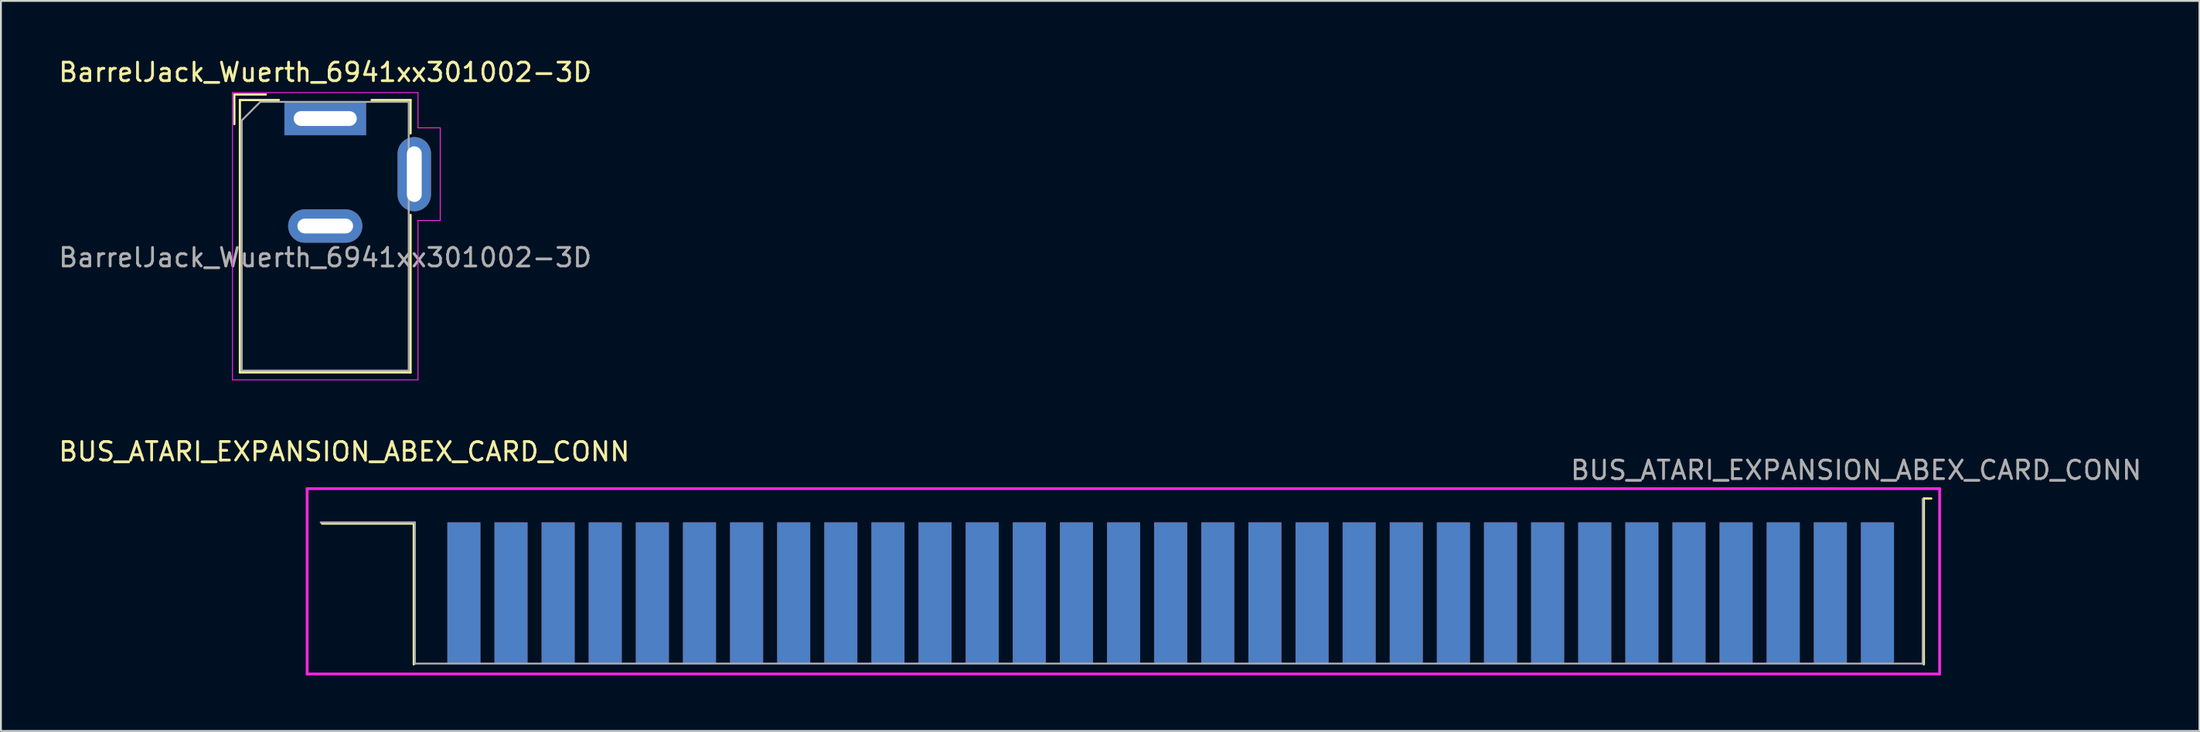
<source format=kicad_pcb>
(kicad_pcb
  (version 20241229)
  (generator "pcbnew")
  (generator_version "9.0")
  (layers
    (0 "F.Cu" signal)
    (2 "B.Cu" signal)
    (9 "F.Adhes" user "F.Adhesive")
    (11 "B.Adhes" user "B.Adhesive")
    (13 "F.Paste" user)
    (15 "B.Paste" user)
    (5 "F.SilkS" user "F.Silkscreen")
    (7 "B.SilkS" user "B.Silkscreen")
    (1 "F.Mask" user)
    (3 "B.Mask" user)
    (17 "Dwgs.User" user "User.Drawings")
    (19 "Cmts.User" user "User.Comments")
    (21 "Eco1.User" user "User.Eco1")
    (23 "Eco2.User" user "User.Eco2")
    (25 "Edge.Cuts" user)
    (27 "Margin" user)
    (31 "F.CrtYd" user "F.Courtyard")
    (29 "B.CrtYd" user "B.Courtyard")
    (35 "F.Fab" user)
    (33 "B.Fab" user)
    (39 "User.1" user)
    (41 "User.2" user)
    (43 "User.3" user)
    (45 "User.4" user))
  (footprint "BUS_ATARI_EXPANSION_ABEX_CARD_CONN"
    (layer "F.Cu")
    (at 58.506 31.322)
    (property "Reference" "BUS_ATARI_EXPANSION_ABEX_CARD_CONN" (at -43 -10 0) (layer "F.SilkS") (effects (font (size 1 1) (thickness 0.15))))
    (attr exclude_from_pos_files exclude_from_bom)
    (fp_line (start -44.2 -6.12) (end -39.25 -6.12) (stroke (width 0.12) (type solid)) (layer "F.SilkS"))
    (fp_line (start -39.25 -6.12) (end -39.25 1.48) (stroke (width 0.12) (type solid)) (layer "F.SilkS"))
    (fp_line (start 42.15 -7.47) (end 42.55 -7.47) (stroke (width 0.12) (type solid)) (layer "F.SilkS"))
    (fp_line (start 42.15 1.48) (end 42.15 -7.47) (stroke (width 0.12) (type solid)) (layer "F.SilkS"))
    (fp_line (start -45 -8) (end -45 2) (stroke (width 0.15) (type solid)) (layer "F.CrtYd"))
    (fp_line (start -45 2) (end 43 2) (stroke (width 0.15) (type solid)) (layer "F.CrtYd"))
    (fp_line (start 43 -8) (end -45 -8) (stroke (width 0.15) (type solid)) (layer "F.CrtYd"))
    (fp_line (start 43 2) (end 43 -8) (stroke (width 0.15) (type solid)) (layer "F.CrtYd"))
    (fp_line (start -39.19 -6.18) (end -44.27 -6.18) (stroke (width 0.1) (type solid)) (layer "F.Fab"))
    (fp_line (start -39.19 1.44) (end -39.19 -6.18) (stroke (width 0.1) (type solid)) (layer "F.Fab"))
    (fp_line (start 42.09 -7.45) (end 42.09 1.44) (stroke (width 0.1) (type solid)) (layer "F.Fab"))
    (fp_line (start 42.09 1.44) (end -39.19 1.44) (stroke (width 0.1) (type solid)) (layer "F.Fab"))
    (fp_text user "${REFERENCE}" (at 38.5 -9 0) (layer "F.Fab") (effects (font (size 1 1) (thickness 0.15))))
    (pad "1" connect rect (at -36.55 -2.37 180) (size 1.78 7.62) (layers "F.Cu" "F.Mask"))
    (pad "2" connect rect (at -34.01 -2.37 180) (size 1.78 7.62) (layers "F.Cu" "F.Mask"))
    (pad "3" connect rect (at -31.47 -2.37 180) (size 1.78 7.62) (layers "F.Cu" "F.Mask"))
    (pad "4" connect rect (at -28.93 -2.37 180) (size 1.78 7.62) (layers "F.Cu" "F.Mask"))
    (pad "5" connect rect (at -26.39 -2.37 180) (size 1.78 7.62) (layers "F.Cu" "F.Mask"))
    (pad "6" connect rect (at -23.85 -2.37 180) (size 1.78 7.62) (layers "F.Cu" "F.Mask"))
    (pad "7" connect rect (at -21.31 -2.37 180) (size 1.78 7.62) (layers "F.Cu" "F.Mask"))
    (pad "8" connect rect (at -18.77 -2.37 180) (size 1.78 7.62) (layers "F.Cu" "F.Mask"))
    (pad "9" connect rect (at -16.23 -2.37 180) (size 1.78 7.62) (layers "F.Cu" "F.Mask"))
    (pad "10" connect rect (at -13.69 -2.37 180) (size 1.78 7.62) (layers "F.Cu" "F.Mask"))
    (pad "11" connect rect (at -11.15 -2.37 180) (size 1.78 7.62) (layers "F.Cu" "F.Mask"))
    (pad "12" connect rect (at -8.61 -2.37 180) (size 1.78 7.62) (layers "F.Cu" "F.Mask"))
    (pad "13" connect rect (at -6.07 -2.37 180) (size 1.78 7.62) (layers "F.Cu" "F.Mask"))
    (pad "14" connect rect (at -3.53 -2.37 180) (size 1.78 7.62) (layers "F.Cu" "F.Mask"))
    (pad "15" connect rect (at -0.99 -2.37 180) (size 1.78 7.62) (layers "F.Cu" "F.Mask"))
    (pad "16" connect rect (at 1.55 -2.37 180) (size 1.78 7.62) (layers "F.Cu" "F.Mask"))
    (pad "17" connect rect (at 4.09 -2.37 180) (size 1.78 7.62) (layers "F.Cu" "F.Mask"))
    (pad "18" connect rect (at 6.63 -2.37 180) (size 1.78 7.62) (layers "F.Cu" "F.Mask"))
    (pad "19" connect rect (at 9.17 -2.37 180) (size 1.78 7.62) (layers "F.Cu" "F.Mask"))
    (pad "20" connect rect (at 11.71 -2.37 180) (size 1.78 7.62) (layers "F.Cu" "F.Mask"))
    (pad "21" connect rect (at 14.25 -2.37 180) (size 1.78 7.62) (layers "F.Cu" "F.Mask"))
    (pad "22" connect rect (at 16.79 -2.37 180) (size 1.78 7.62) (layers "F.Cu" "F.Mask"))
    (pad "23" connect rect (at 19.33 -2.37 180) (size 1.78 7.62) (layers "F.Cu" "F.Mask"))
    (pad "24" connect rect (at 21.87 -2.37 180) (size 1.78 7.62) (layers "F.Cu" "F.Mask"))
    (pad "25" connect rect (at 24.41 -2.37 180) (size 1.78 7.62) (layers "F.Cu" "F.Mask"))
    (pad "26" connect rect (at 26.95 -2.37 180) (size 1.78 7.62) (layers "F.Cu" "F.Mask"))
    (pad "27" connect rect (at 29.49 -2.37 180) (size 1.78 7.62) (layers "F.Cu" "F.Mask"))
    (pad "28" connect rect (at 32.03 -2.37 180) (size 1.78 7.62) (layers "F.Cu" "F.Mask"))
    (pad "29" connect rect (at 34.57 -2.37 180) (size 1.78 7.62) (layers "F.Cu" "F.Mask"))
    (pad "30" connect rect (at 37.11 -2.37 180) (size 1.78 7.62) (layers "F.Cu" "F.Mask"))
    (pad "31" connect rect (at 39.65 -2.37 180) (size 1.78 7.62) (layers "F.Cu" "F.Mask"))
    (pad "32" connect rect (at -36.55 -2.37 180) (size 1.78 7.62) (layers "B.Cu" "B.Mask"))
    (pad "33" connect rect (at -34.01 -2.37 180) (size 1.78 7.62) (layers "B.Cu" "B.Mask"))
    (pad "34" connect rect (at -31.47 -2.37 180) (size 1.78 7.62) (layers "B.Cu" "B.Mask"))
    (pad "35" connect rect (at -28.93 -2.37 180) (size 1.78 7.62) (layers "B.Cu" "B.Mask"))
    (pad "36" connect rect (at -26.39 -2.37 180) (size 1.78 7.62) (layers "B.Cu" "B.Mask"))
    (pad "37" connect rect (at -23.85 -2.37 180) (size 1.78 7.62) (layers "B.Cu" "B.Mask"))
    (pad "38" connect rect (at -21.31 -2.37 180) (size 1.78 7.62) (layers "B.Cu" "B.Mask"))
    (pad "39" connect rect (at -18.77 -2.37 180) (size 1.78 7.62) (layers "B.Cu" "B.Mask"))
    (pad "40" connect rect (at -16.23 -2.37 180) (size 1.78 7.62) (layers "B.Cu" "B.Mask"))
    (pad "41" connect rect (at -13.69 -2.37 180) (size 1.78 7.62) (layers "B.Cu" "B.Mask"))
    (pad "42" connect rect (at -11.15 -2.37 180) (size 1.78 7.62) (layers "B.Cu" "B.Mask"))
    (pad "43" connect rect (at -8.61 -2.37 180) (size 1.78 7.62) (layers "B.Cu" "B.Mask"))
    (pad "44" connect rect (at -6.07 -2.37 180) (size 1.78 7.62) (layers "B.Cu" "B.Mask"))
    (pad "45" connect rect (at -3.53 -2.37 180) (size 1.78 7.62) (layers "B.Cu" "B.Mask"))
    (pad "46" connect rect (at -0.99 -2.37 180) (size 1.78 7.62) (layers "B.Cu" "B.Mask"))
    (pad "47" connect rect (at 1.55 -2.37 180) (size 1.78 7.62) (layers "B.Cu" "B.Mask"))
    (pad "48" connect rect (at 4.09 -2.37 180) (size 1.78 7.62) (layers "B.Cu" "B.Mask"))
    (pad "49" connect rect (at 6.63 -2.37 180) (size 1.78 7.62) (layers "B.Cu" "B.Mask"))
    (pad "50" connect rect (at 9.17 -2.37 180) (size 1.78 7.62) (layers "B.Cu" "B.Mask"))
    (pad "51" connect rect (at 11.71 -2.37 180) (size 1.78 7.62) (layers "B.Cu" "B.Mask"))
    (pad "52" connect rect (at 14.25 -2.37 180) (size 1.78 7.62) (layers "B.Cu" "B.Mask"))
    (pad "53" connect rect (at 16.79 -2.37 180) (size 1.78 7.62) (layers "B.Cu" "B.Mask"))
    (pad "54" connect rect (at 19.33 -2.37 180) (size 1.78 7.62) (layers "B.Cu" "B.Mask"))
    (pad "55" connect rect (at 21.87 -2.37 180) (size 1.78 7.62) (layers "B.Cu" "B.Mask"))
    (pad "56" connect rect (at 24.41 -2.37 180) (size 1.78 7.62) (layers "B.Cu" "B.Mask"))
    (pad "57" connect rect (at 26.95 -2.37 180) (size 1.78 7.62) (layers "B.Cu" "B.Mask"))
    (pad "58" connect rect (at 29.49 -2.37 180) (size 1.78 7.62) (layers "B.Cu" "B.Mask"))
    (pad "59" connect rect (at 32.03 -2.37 180) (size 1.78 7.62) (layers "B.Cu" "B.Mask"))
    (pad "60" connect rect (at 34.57 -2.37 180) (size 1.78 7.62) (layers "B.Cu" "B.Mask"))
    (pad "61" connect rect (at 37.11 -2.37 180) (size 1.78 7.62) (layers "B.Cu" "B.Mask"))
    (pad "62" connect rect (at 39.65 -2.37 180) (size 1.78 7.62) (layers "B.Cu" "B.Mask")))
  (footprint "BarrelJack_Wuerth_6941xx301002-3D"
    (layer "F.Cu")
    (at 14.482 3.348)
    (property "Reference" "BarrelJack_Wuerth_6941xx301002-3D" (at 0 -2.5 0) (layer "F.SilkS") (effects (font (size 1 1) (thickness 0.15))))
    (attr through_hole)
    (fp_line (start -4.9 -1.3) (end -4.9 0.3) (stroke (width 0.12) (type solid)) (layer "F.SilkS"))
    (fp_line (start -4.6 -1) (end -2.5 -1) (stroke (width 0.12) (type solid)) (layer "F.SilkS"))
    (fp_line (start -4.6 13.7) (end -4.6 -1) (stroke (width 0.12) (type solid)) (layer "F.SilkS"))
    (fp_line (start -3.2 -1.3) (end -4.9 -1.3) (stroke (width 0.12) (type solid)) (layer "F.SilkS"))
    (fp_line (start 2.5 -1) (end 4.6 -1) (stroke (width 0.12) (type solid)) (layer "F.SilkS"))
    (fp_line (start 4.6 -1) (end 4.6 0.8) (stroke (width 0.12) (type solid)) (layer "F.SilkS"))
    (fp_line (start 4.6 5.2) (end 4.6 13.7) (stroke (width 0.12) (type solid)) (layer "F.SilkS"))
    (fp_line (start 4.6 13.7) (end -4.6 13.7) (stroke (width 0.12) (type solid)) (layer "F.SilkS"))
    (fp_line (start -5 -1.4) (end -5 14.1) (stroke (width 0.05) (type solid)) (layer "F.CrtYd"))
    (fp_line (start -5 14.1) (end 5 14.1) (stroke (width 0.05) (type solid)) (layer "F.CrtYd"))
    (fp_line (start 5 -1.4) (end -5 -1.4) (stroke (width 0.05) (type solid)) (layer "F.CrtYd"))
    (fp_line (start 5 0.5) (end 5 -1.4) (stroke (width 0.05) (type solid)) (layer "F.CrtYd"))
    (fp_line (start 5 14.1) (end 5 5.5) (stroke (width 0.05) (type solid)) (layer "F.CrtYd"))
    (fp_line (start 6.2 0.5) (end 5 0.5) (stroke (width 0.05) (type solid)) (layer "F.CrtYd"))
    (fp_line (start 6.2 0.5) (end 6.2 5.5) (stroke (width 0.05) (type solid)) (layer "F.CrtYd"))
    (fp_line (start 6.2 5.5) (end 5 5.5) (stroke (width 0.05) (type solid)) (layer "F.CrtYd"))
    (fp_line (start -4.5 0.1) (end -3.5 -0.9) (stroke (width 0.1) (type solid)) (layer "F.Fab"))
    (fp_line (start -4.5 13.6) (end -4.5 0.1) (stroke (width 0.1) (type solid)) (layer "F.Fab"))
    (fp_line (start 4.5 -0.9) (end -3.5 -0.9) (stroke (width 0.1) (type solid)) (layer "F.Fab"))
    (fp_line (start 4.5 -0.9) (end 4.5 13.6) (stroke (width 0.1) (type solid)) (layer "F.Fab"))
    (fp_line (start 4.5 13.6) (end -4.5 13.6) (stroke (width 0.1) (type solid)) (layer "F.Fab"))
    (fp_text user "${REFERENCE}" (at 0 7.5 0) (layer "F.Fab") (effects (font (size 1 1) (thickness 0.15))))
    (pad "1" thru_hole rect (at 0 0) (size 4.4 1.8) (drill oval 3.4 0.8) (layers "*.Cu" "*.Mask"))
    (pad "2" thru_hole oval (at 0 5.8) (size 4 1.8) (drill oval 3 0.8) (layers "*.Cu" "*.Mask"))
    (pad "3" thru_hole oval (at 4.8 3 90) (size 4 1.8) (drill oval 3 0.8) (layers "*.Cu" "*.Mask")))
  (gr_rect
    (start -3 -3)
    (end 115.512 36.397)
    (stroke (width 0.1) (type default))
    (fill no)
    (layer "Edge.Cuts")))
</source>
